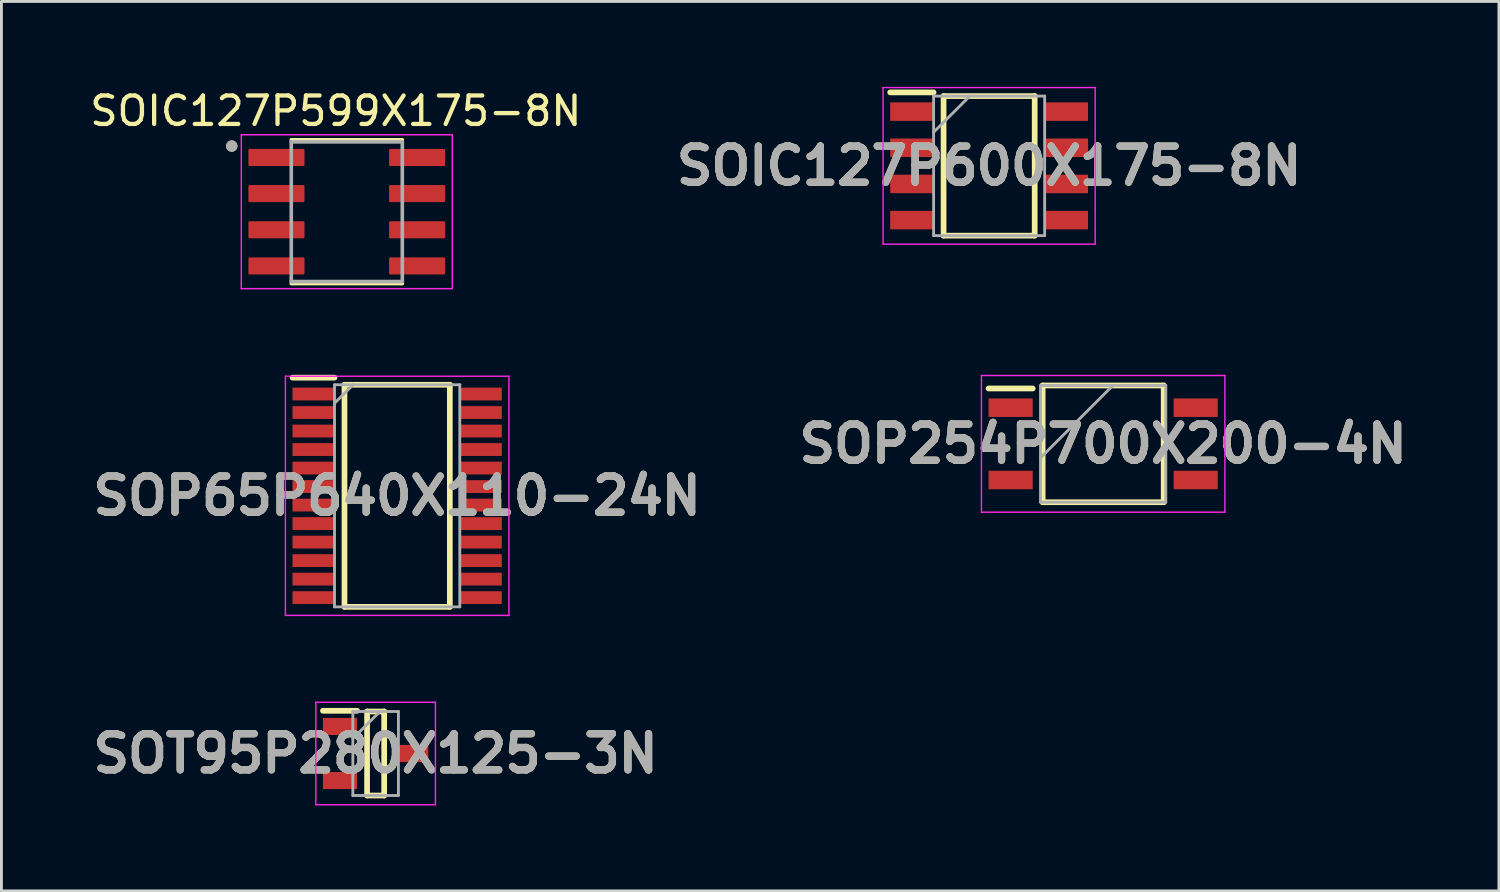
<source format=kicad_pcb>
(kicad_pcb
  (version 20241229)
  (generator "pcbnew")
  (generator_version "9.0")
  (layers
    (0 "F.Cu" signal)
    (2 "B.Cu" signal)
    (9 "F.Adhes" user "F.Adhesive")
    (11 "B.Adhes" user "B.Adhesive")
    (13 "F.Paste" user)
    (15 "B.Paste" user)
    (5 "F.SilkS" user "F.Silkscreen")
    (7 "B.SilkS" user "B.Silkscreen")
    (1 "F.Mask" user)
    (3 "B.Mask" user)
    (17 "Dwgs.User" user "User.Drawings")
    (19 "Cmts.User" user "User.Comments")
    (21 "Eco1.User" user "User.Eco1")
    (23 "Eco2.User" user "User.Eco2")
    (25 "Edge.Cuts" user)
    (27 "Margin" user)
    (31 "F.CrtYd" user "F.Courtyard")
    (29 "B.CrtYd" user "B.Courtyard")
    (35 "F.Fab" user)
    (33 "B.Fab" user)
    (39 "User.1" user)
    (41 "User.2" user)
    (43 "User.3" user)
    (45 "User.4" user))
  (footprint "SOT95P280X125-3N"
    (layer "F.Cu")
    (at 10.142 23.413)
    (property "Reference" "SOT95P280X125-3N" (at 0 0 0) (layer "F.SilkS") (effects (font (size 1.27 1.27) (thickness 0.254))))
    (attr smd)
    (fp_line (start -1.85 -1.5) (end -0.65 -1.5) (stroke (width 0.2) (type solid)) (layer "F.SilkS"))
    (fp_line (start -0.3 -1.475) (end 0.3 -1.475) (stroke (width 0.2) (type solid)) (layer "F.SilkS"))
    (fp_line (start -0.3 1.475) (end -0.3 -1.475) (stroke (width 0.2) (type solid)) (layer "F.SilkS"))
    (fp_line (start 0.3 -1.475) (end 0.3 1.475) (stroke (width 0.2) (type solid)) (layer "F.SilkS"))
    (fp_line (start 0.3 1.475) (end -0.3 1.475) (stroke (width 0.2) (type solid)) (layer "F.SilkS"))
    (fp_line (start -2.1 -1.8) (end 2.1 -1.8) (stroke (width 0.05) (type solid)) (layer "F.CrtYd"))
    (fp_line (start -2.1 1.8) (end -2.1 -1.8) (stroke (width 0.05) (type solid)) (layer "F.CrtYd"))
    (fp_line (start 2.1 -1.8) (end 2.1 1.8) (stroke (width 0.05) (type solid)) (layer "F.CrtYd"))
    (fp_line (start 2.1 1.8) (end -2.1 1.8) (stroke (width 0.05) (type solid)) (layer "F.CrtYd"))
    (fp_line (start -0.8 -1.475) (end 0.8 -1.475) (stroke (width 0.1) (type solid)) (layer "F.Fab"))
    (fp_line (start -0.8 -0.525) (end 0.15 -1.475) (stroke (width 0.1) (type solid)) (layer "F.Fab"))
    (fp_line (start -0.8 1.475) (end -0.8 -1.475) (stroke (width 0.1) (type solid)) (layer "F.Fab"))
    (fp_line (start 0.8 -1.475) (end 0.8 1.475) (stroke (width 0.1) (type solid)) (layer "F.Fab"))
    (fp_line (start 0.8 1.475) (end -0.8 1.475) (stroke (width 0.1) (type solid)) (layer "F.Fab"))
    (fp_text user "${REFERENCE}" (at 0 0 0) (layer "F.Fab") (effects (font (size 1.27 1.27) (thickness 0.254))))
    (pad "1" smd rect (at -1.25 -0.95 90) (size 0.6 1.2) (layers "F.Cu" "F.Mask" "F.Paste"))
    (pad "2" smd rect (at -1.25 0.95 90) (size 0.6 1.2) (layers "F.Cu" "F.Mask" "F.Paste"))
    (pad "3" smd rect (at 1.25 0 90) (size 0.6 1.2) (layers "F.Cu" "F.Mask" "F.Paste")))
  (footprint "SOP65P640X110-24N"
    (layer "F.Cu")
    (at 10.898 14.363)
    (property "Reference" "SOP65P640X110-24N" (at 0 0 0) (layer "F.SilkS") (effects (font (size 1.27 1.27) (thickness 0.254))))
    (attr smd)
    (fp_line (start -3.675 -4.15) (end -2.2 -4.15) (stroke (width 0.2) (type solid)) (layer "F.SilkS"))
    (fp_line (start -1.85 -3.9) (end 1.85 -3.9) (stroke (width 0.2) (type solid)) (layer "F.SilkS"))
    (fp_line (start -1.85 3.9) (end -1.85 -3.9) (stroke (width 0.2) (type solid)) (layer "F.SilkS"))
    (fp_line (start 1.85 -3.9) (end 1.85 3.9) (stroke (width 0.2) (type solid)) (layer "F.SilkS"))
    (fp_line (start 1.85 3.9) (end -1.85 3.9) (stroke (width 0.2) (type solid)) (layer "F.SilkS"))
    (fp_line (start -3.925 -4.2) (end 3.925 -4.2) (stroke (width 0.05) (type solid)) (layer "F.CrtYd"))
    (fp_line (start -3.925 4.2) (end -3.925 -4.2) (stroke (width 0.05) (type solid)) (layer "F.CrtYd"))
    (fp_line (start 3.925 -4.2) (end 3.925 4.2) (stroke (width 0.05) (type solid)) (layer "F.CrtYd"))
    (fp_line (start 3.925 4.2) (end -3.925 4.2) (stroke (width 0.05) (type solid)) (layer "F.CrtYd"))
    (fp_line (start -2.2 -3.9) (end 2.2 -3.9) (stroke (width 0.1) (type solid)) (layer "F.Fab"))
    (fp_line (start -2.2 -3.25) (end -1.55 -3.9) (stroke (width 0.1) (type solid)) (layer "F.Fab"))
    (fp_line (start -2.2 3.9) (end -2.2 -3.9) (stroke (width 0.1) (type solid)) (layer "F.Fab"))
    (fp_line (start 2.2 -3.9) (end 2.2 3.9) (stroke (width 0.1) (type solid)) (layer "F.Fab"))
    (fp_line (start 2.2 3.9) (end -2.2 3.9) (stroke (width 0.1) (type solid)) (layer "F.Fab"))
    (fp_text user "${REFERENCE}" (at 0 0 0) (layer "F.Fab") (effects (font (size 1.27 1.27) (thickness 0.254))))
    (pad "1" smd rect (at -2.938 -3.575 90) (size 0.45 1.475) (layers "F.Cu" "F.Mask" "F.Paste"))
    (pad "2" smd rect (at -2.938 -2.925 90) (size 0.45 1.475) (layers "F.Cu" "F.Mask" "F.Paste"))
    (pad "3" smd rect (at -2.938 -2.275 90) (size 0.45 1.475) (layers "F.Cu" "F.Mask" "F.Paste"))
    (pad "4" smd rect (at -2.938 -1.625 90) (size 0.45 1.475) (layers "F.Cu" "F.Mask" "F.Paste"))
    (pad "5" smd rect (at -2.938 -0.975 90) (size 0.45 1.475) (layers "F.Cu" "F.Mask" "F.Paste"))
    (pad "6" smd rect (at -2.938 -0.325 90) (size 0.45 1.475) (layers "F.Cu" "F.Mask" "F.Paste"))
    (pad "7" smd rect (at -2.938 0.325 90) (size 0.45 1.475) (layers "F.Cu" "F.Mask" "F.Paste"))
    (pad "8" smd rect (at -2.938 0.975 90) (size 0.45 1.475) (layers "F.Cu" "F.Mask" "F.Paste"))
    (pad "9" smd rect (at -2.938 1.625 90) (size 0.45 1.475) (layers "F.Cu" "F.Mask" "F.Paste"))
    (pad "10" smd rect (at -2.938 2.275 90) (size 0.45 1.475) (layers "F.Cu" "F.Mask" "F.Paste"))
    (pad "11" smd rect (at -2.938 2.925 90) (size 0.45 1.475) (layers "F.Cu" "F.Mask" "F.Paste"))
    (pad "12" smd rect (at -2.938 3.575 90) (size 0.45 1.475) (layers "F.Cu" "F.Mask" "F.Paste"))
    (pad "13" smd rect (at 2.938 3.575 90) (size 0.45 1.475) (layers "F.Cu" "F.Mask" "F.Paste"))
    (pad "14" smd rect (at 2.938 2.925 90) (size 0.45 1.475) (layers "F.Cu" "F.Mask" "F.Paste"))
    (pad "15" smd rect (at 2.938 2.275 90) (size 0.45 1.475) (layers "F.Cu" "F.Mask" "F.Paste"))
    (pad "16" smd rect (at 2.938 1.625 90) (size 0.45 1.475) (layers "F.Cu" "F.Mask" "F.Paste"))
    (pad "17" smd rect (at 2.938 0.975 90) (size 0.45 1.475) (layers "F.Cu" "F.Mask" "F.Paste"))
    (pad "18" smd rect (at 2.938 0.325 90) (size 0.45 1.475) (layers "F.Cu" "F.Mask" "F.Paste"))
    (pad "19" smd rect (at 2.938 -0.325 90) (size 0.45 1.475) (layers "F.Cu" "F.Mask" "F.Paste"))
    (pad "20" smd rect (at 2.938 -0.975 90) (size 0.45 1.475) (layers "F.Cu" "F.Mask" "F.Paste"))
    (pad "21" smd rect (at 2.938 -1.625 90) (size 0.45 1.475) (layers "F.Cu" "F.Mask" "F.Paste"))
    (pad "22" smd rect (at 2.938 -2.275 90) (size 0.45 1.475) (layers "F.Cu" "F.Mask" "F.Paste"))
    (pad "23" smd rect (at 2.938 -2.925 90) (size 0.45 1.475) (layers "F.Cu" "F.Mask" "F.Paste"))
    (pad "24" smd rect (at 2.938 -3.575 90) (size 0.45 1.475) (layers "F.Cu" "F.Mask" "F.Paste")))
  (footprint "SOIC127P599X175-8N"
    (layer "F.Cu")
    (at 9.129 4.385)
    (property "Reference" "SOIC127P599X175-8N" (at -0.385 -3.537 0) (layer "F.SilkS") (effects (font (size 1 1) (thickness 0.15))))
    (attr through_hole)
    (fp_line (start -1.95 -2.525) (end 1.95 -2.525) (stroke (width 0.127) (type solid)) (layer "F.SilkS"))
    (fp_line (start -1.95 2.525) (end 1.95 2.525) (stroke (width 0.127) (type solid)) (layer "F.SilkS"))
    (fp_circle (center -4.04 -2.305) (end -3.94 -2.305) (stroke (width 0.2) (type solid)) (fill no) (layer "F.SilkS"))
    (fp_line (start -3.705 -2.703) (end -3.705 2.703) (stroke (width 0.05) (type solid)) (layer "F.CrtYd"))
    (fp_line (start -3.705 -2.703) (end 3.705 -2.703) (stroke (width 0.05) (type solid)) (layer "F.CrtYd"))
    (fp_line (start -3.705 2.703) (end 3.705 2.703) (stroke (width 0.05) (type solid)) (layer "F.CrtYd"))
    (fp_line (start 3.705 -2.703) (end 3.705 2.703) (stroke (width 0.05) (type solid)) (layer "F.CrtYd"))
    (fp_line (start -1.95 -2.453) (end -1.95 2.453) (stroke (width 0.127) (type solid)) (layer "F.Fab"))
    (fp_line (start -1.95 -2.453) (end 1.95 -2.453) (stroke (width 0.127) (type solid)) (layer "F.Fab"))
    (fp_line (start -1.95 2.453) (end 1.95 2.453) (stroke (width 0.127) (type solid)) (layer "F.Fab"))
    (fp_line (start 1.95 -2.453) (end 1.95 2.453) (stroke (width 0.127) (type solid)) (layer "F.Fab"))
    (fp_circle (center -4.04 -2.305) (end -3.94 -2.305) (stroke (width 0.2) (type solid)) (fill no) (layer "F.Fab"))
    (pad "1" smd roundrect (at -2.47 -1.905) (size 1.97 0.6) (layers "F.Cu" "F.Mask" "F.Paste") (roundrect_rratio 0.07))
    (pad "2" smd roundrect (at -2.47 -0.635) (size 1.97 0.6) (layers "F.Cu" "F.Mask" "F.Paste") (roundrect_rratio 0.07))
    (pad "3" smd roundrect (at -2.47 0.635) (size 1.97 0.6) (layers "F.Cu" "F.Mask" "F.Paste") (roundrect_rratio 0.07))
    (pad "4" smd roundrect (at -2.47 1.905) (size 1.97 0.6) (layers "F.Cu" "F.Mask" "F.Paste") (roundrect_rratio 0.07))
    (pad "5" smd roundrect (at 2.47 1.905) (size 1.97 0.6) (layers "F.Cu" "F.Mask" "F.Paste") (roundrect_rratio 0.07))
    (pad "6" smd roundrect (at 2.47 0.635) (size 1.97 0.6) (layers "F.Cu" "F.Mask" "F.Paste") (roundrect_rratio 0.07))
    (pad "7" smd roundrect (at 2.47 -0.635) (size 1.97 0.6) (layers "F.Cu" "F.Mask" "F.Paste") (roundrect_rratio 0.07))
    (pad "8" smd roundrect (at 2.47 -1.905) (size 1.97 0.6) (layers "F.Cu" "F.Mask" "F.Paste") (roundrect_rratio 0.07)))
  (footprint "SOP254P700X200-4N"
    (layer "F.Cu")
    (at 35.693 12.538)
    (property "Reference" "SOP254P700X200-4N" (at 0 0 0) (layer "F.SilkS") (effects (font (size 1.27 1.27) (thickness 0.254))))
    (attr smd)
    (fp_line (start -4.025 -1.945) (end -2.475 -1.945) (stroke (width 0.2) (type solid)) (layer "F.SilkS"))
    (fp_line (start -2.125 -2.05) (end 2.125 -2.05) (stroke (width 0.2) (type solid)) (layer "F.SilkS"))
    (fp_line (start -2.125 2.05) (end -2.125 -2.05) (stroke (width 0.2) (type solid)) (layer "F.SilkS"))
    (fp_line (start 2.125 -2.05) (end 2.125 2.05) (stroke (width 0.2) (type solid)) (layer "F.SilkS"))
    (fp_line (start 2.125 2.05) (end -2.125 2.05) (stroke (width 0.2) (type solid)) (layer "F.SilkS"))
    (fp_line (start -4.275 -2.4) (end 4.275 -2.4) (stroke (width 0.05) (type solid)) (layer "F.CrtYd"))
    (fp_line (start -4.275 2.4) (end -4.275 -2.4) (stroke (width 0.05) (type solid)) (layer "F.CrtYd"))
    (fp_line (start 4.275 -2.4) (end 4.275 2.4) (stroke (width 0.05) (type solid)) (layer "F.CrtYd"))
    (fp_line (start 4.275 2.4) (end -4.275 2.4) (stroke (width 0.05) (type solid)) (layer "F.CrtYd"))
    (fp_line (start -2.2 -2.05) (end 2.2 -2.05) (stroke (width 0.1) (type solid)) (layer "F.Fab"))
    (fp_line (start -2.2 0.49) (end 0.34 -2.05) (stroke (width 0.1) (type solid)) (layer "F.Fab"))
    (fp_line (start -2.2 2.05) (end -2.2 -2.05) (stroke (width 0.1) (type solid)) (layer "F.Fab"))
    (fp_line (start 2.2 -2.05) (end 2.2 2.05) (stroke (width 0.1) (type solid)) (layer "F.Fab"))
    (fp_line (start 2.2 2.05) (end -2.2 2.05) (stroke (width 0.1) (type solid)) (layer "F.Fab"))
    (fp_text user "${REFERENCE}" (at 0 0 0) (layer "F.Fab") (effects (font (size 1.27 1.27) (thickness 0.254))))
    (pad "1" smd rect (at -3.25 -1.27 90) (size 0.65 1.55) (layers "F.Cu" "F.Mask" "F.Paste"))
    (pad "2" smd rect (at -3.25 1.27 90) (size 0.65 1.55) (layers "F.Cu" "F.Mask" "F.Paste"))
    (pad "3" smd rect (at 3.25 1.27 90) (size 0.65 1.55) (layers "F.Cu" "F.Mask" "F.Paste"))
    (pad "4" smd rect (at 3.25 -1.27 90) (size 0.65 1.55) (layers "F.Cu" "F.Mask" "F.Paste")))
  (footprint "SOIC127P600X175-8N"
    (layer "F.Cu")
    (at 31.688 2.775)
    (property "Reference" "SOIC127P600X175-8N" (at 0 0 0) (layer "F.SilkS") (effects (font (size 1.27 1.27) (thickness 0.254))))
    (attr smd)
    (fp_line (start -3.475 -2.58) (end -1.95 -2.58) (stroke (width 0.2) (type solid)) (layer "F.SilkS"))
    (fp_line (start -1.6 -2.45) (end 1.6 -2.45) (stroke (width 0.2) (type solid)) (layer "F.SilkS"))
    (fp_line (start -1.6 2.45) (end -1.6 -2.45) (stroke (width 0.2) (type solid)) (layer "F.SilkS"))
    (fp_line (start 1.6 -2.45) (end 1.6 2.45) (stroke (width 0.2) (type solid)) (layer "F.SilkS"))
    (fp_line (start 1.6 2.45) (end -1.6 2.45) (stroke (width 0.2) (type solid)) (layer "F.SilkS"))
    (fp_line (start -3.725 -2.75) (end 3.725 -2.75) (stroke (width 0.05) (type solid)) (layer "F.CrtYd"))
    (fp_line (start -3.725 2.75) (end -3.725 -2.75) (stroke (width 0.05) (type solid)) (layer "F.CrtYd"))
    (fp_line (start 3.725 -2.75) (end 3.725 2.75) (stroke (width 0.05) (type solid)) (layer "F.CrtYd"))
    (fp_line (start 3.725 2.75) (end -3.725 2.75) (stroke (width 0.05) (type solid)) (layer "F.CrtYd"))
    (fp_line (start -1.95 -2.45) (end 1.95 -2.45) (stroke (width 0.1) (type solid)) (layer "F.Fab"))
    (fp_line (start -1.95 -1.18) (end -0.68 -2.45) (stroke (width 0.1) (type solid)) (layer "F.Fab"))
    (fp_line (start -1.95 2.45) (end -1.95 -2.45) (stroke (width 0.1) (type solid)) (layer "F.Fab"))
    (fp_line (start 1.95 -2.45) (end 1.95 2.45) (stroke (width 0.1) (type solid)) (layer "F.Fab"))
    (fp_line (start 1.95 2.45) (end -1.95 2.45) (stroke (width 0.1) (type solid)) (layer "F.Fab"))
    (fp_text user "${REFERENCE}" (at 0 0 0) (layer "F.Fab") (effects (font (size 1.27 1.27) (thickness 0.254))))
    (pad "1" smd rect (at -2.712 -1.905 90) (size 0.65 1.525) (layers "F.Cu" "F.Mask" "F.Paste"))
    (pad "2" smd rect (at -2.712 -0.635 90) (size 0.65 1.525) (layers "F.Cu" "F.Mask" "F.Paste"))
    (pad "3" smd rect (at -2.712 0.635 90) (size 0.65 1.525) (layers "F.Cu" "F.Mask" "F.Paste"))
    (pad "4" smd rect (at -2.712 1.905 90) (size 0.65 1.525) (layers "F.Cu" "F.Mask" "F.Paste"))
    (pad "5" smd rect (at 2.712 1.905 90) (size 0.65 1.525) (layers "F.Cu" "F.Mask" "F.Paste"))
    (pad "6" smd rect (at 2.712 0.635 90) (size 0.65 1.525) (layers "F.Cu" "F.Mask" "F.Paste"))
    (pad "7" smd rect (at 2.712 -0.635 90) (size 0.65 1.525) (layers "F.Cu" "F.Mask" "F.Paste"))
    (pad "8" smd rect (at 2.712 -1.905 90) (size 0.65 1.525) (layers "F.Cu" "F.Mask" "F.Paste")))
  (gr_rect
    (start -3 -3)
    (end 49.591 28.238)
    (stroke (width 0.1) (type default))
    (fill no)
    (layer "Edge.Cuts")))
</source>
